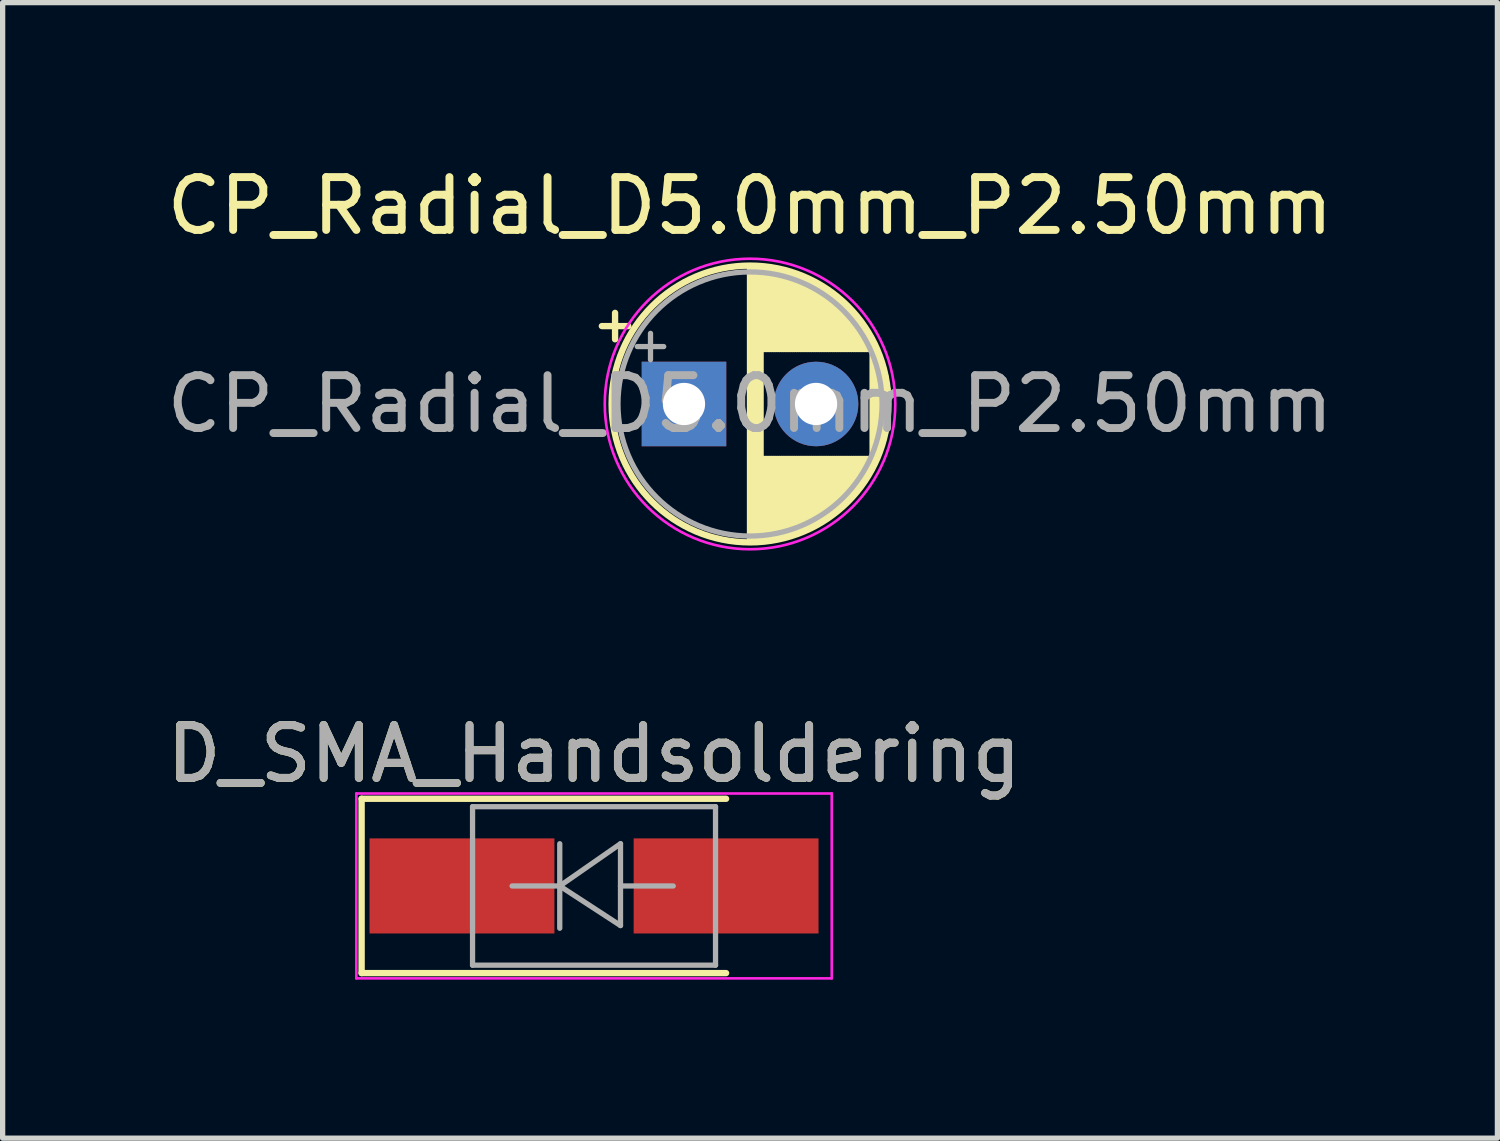
<source format=kicad_pcb>
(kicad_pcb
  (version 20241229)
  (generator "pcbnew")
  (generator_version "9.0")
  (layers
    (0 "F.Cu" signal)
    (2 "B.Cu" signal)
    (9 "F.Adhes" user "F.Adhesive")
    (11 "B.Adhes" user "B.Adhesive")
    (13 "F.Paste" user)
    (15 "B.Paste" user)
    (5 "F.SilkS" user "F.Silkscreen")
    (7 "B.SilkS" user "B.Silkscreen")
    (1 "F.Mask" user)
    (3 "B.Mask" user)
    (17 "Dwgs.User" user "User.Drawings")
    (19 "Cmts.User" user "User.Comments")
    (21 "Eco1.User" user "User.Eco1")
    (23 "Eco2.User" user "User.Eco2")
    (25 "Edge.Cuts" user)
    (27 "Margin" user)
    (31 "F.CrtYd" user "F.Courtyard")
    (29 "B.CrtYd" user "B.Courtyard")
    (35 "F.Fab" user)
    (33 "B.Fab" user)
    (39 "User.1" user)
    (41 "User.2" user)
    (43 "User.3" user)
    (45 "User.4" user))
  (footprint "CP_Radial_D5.0mm_P2.50mm"
    (layer "F.Cu")
    (at 9.899 4.598)
    (property "Reference" "CP_Radial_D5.0mm_P2.50mm" (at 1.25 -3.75 0) (layer "F.SilkS") (effects (font (size 1 1) (thickness 0.15))))
    (attr through_hole)
    (fp_line (start -1.555 -1.475) (end -1.055 -1.475) (stroke (width 0.12) (type solid)) (layer "F.SilkS"))
    (fp_line (start -1.305 -1.725) (end -1.305 -1.225) (stroke (width 0.12) (type solid)) (layer "F.SilkS"))
    (fp_line (start 1.25 -2.58) (end 1.25 2.58) (stroke (width 0.12) (type solid)) (layer "F.SilkS"))
    (fp_line (start 1.29 -2.58) (end 1.29 2.58) (stroke (width 0.12) (type solid)) (layer "F.SilkS"))
    (fp_line (start 1.33 -2.579) (end 1.33 2.579) (stroke (width 0.12) (type solid)) (layer "F.SilkS"))
    (fp_line (start 1.37 -2.578) (end 1.37 2.578) (stroke (width 0.12) (type solid)) (layer "F.SilkS"))
    (fp_line (start 1.41 -2.576) (end 1.41 2.576) (stroke (width 0.12) (type solid)) (layer "F.SilkS"))
    (fp_line (start 1.45 -2.573) (end 1.45 2.573) (stroke (width 0.12) (type solid)) (layer "F.SilkS"))
    (fp_line (start 1.49 -2.569) (end 1.49 -1.04) (stroke (width 0.12) (type solid)) (layer "F.SilkS"))
    (fp_line (start 1.49 1.04) (end 1.49 2.569) (stroke (width 0.12) (type solid)) (layer "F.SilkS"))
    (fp_line (start 1.53 -2.565) (end 1.53 -1.04) (stroke (width 0.12) (type solid)) (layer "F.SilkS"))
    (fp_line (start 1.53 1.04) (end 1.53 2.565) (stroke (width 0.12) (type solid)) (layer "F.SilkS"))
    (fp_line (start 1.57 -2.561) (end 1.57 -1.04) (stroke (width 0.12) (type solid)) (layer "F.SilkS"))
    (fp_line (start 1.57 1.04) (end 1.57 2.561) (stroke (width 0.12) (type solid)) (layer "F.SilkS"))
    (fp_line (start 1.61 -2.556) (end 1.61 -1.04) (stroke (width 0.12) (type solid)) (layer "F.SilkS"))
    (fp_line (start 1.61 1.04) (end 1.61 2.556) (stroke (width 0.12) (type solid)) (layer "F.SilkS"))
    (fp_line (start 1.65 -2.55) (end 1.65 -1.04) (stroke (width 0.12) (type solid)) (layer "F.SilkS"))
    (fp_line (start 1.65 1.04) (end 1.65 2.55) (stroke (width 0.12) (type solid)) (layer "F.SilkS"))
    (fp_line (start 1.69 -2.543) (end 1.69 -1.04) (stroke (width 0.12) (type solid)) (layer "F.SilkS"))
    (fp_line (start 1.69 1.04) (end 1.69 2.543) (stroke (width 0.12) (type solid)) (layer "F.SilkS"))
    (fp_line (start 1.73 -2.536) (end 1.73 -1.04) (stroke (width 0.12) (type solid)) (layer "F.SilkS"))
    (fp_line (start 1.73 1.04) (end 1.73 2.536) (stroke (width 0.12) (type solid)) (layer "F.SilkS"))
    (fp_line (start 1.77 -2.528) (end 1.77 -1.04) (stroke (width 0.12) (type solid)) (layer "F.SilkS"))
    (fp_line (start 1.77 1.04) (end 1.77 2.528) (stroke (width 0.12) (type solid)) (layer "F.SilkS"))
    (fp_line (start 1.81 -2.52) (end 1.81 -1.04) (stroke (width 0.12) (type solid)) (layer "F.SilkS"))
    (fp_line (start 1.81 1.04) (end 1.81 2.52) (stroke (width 0.12) (type solid)) (layer "F.SilkS"))
    (fp_line (start 1.85 -2.511) (end 1.85 -1.04) (stroke (width 0.12) (type solid)) (layer "F.SilkS"))
    (fp_line (start 1.85 1.04) (end 1.85 2.511) (stroke (width 0.12) (type solid)) (layer "F.SilkS"))
    (fp_line (start 1.89 -2.501) (end 1.89 -1.04) (stroke (width 0.12) (type solid)) (layer "F.SilkS"))
    (fp_line (start 1.89 1.04) (end 1.89 2.501) (stroke (width 0.12) (type solid)) (layer "F.SilkS"))
    (fp_line (start 1.93 -2.491) (end 1.93 -1.04) (stroke (width 0.12) (type solid)) (layer "F.SilkS"))
    (fp_line (start 1.93 1.04) (end 1.93 2.491) (stroke (width 0.12) (type solid)) (layer "F.SilkS"))
    (fp_line (start 1.971 -2.48) (end 1.971 -1.04) (stroke (width 0.12) (type solid)) (layer "F.SilkS"))
    (fp_line (start 1.971 1.04) (end 1.971 2.48) (stroke (width 0.12) (type solid)) (layer "F.SilkS"))
    (fp_line (start 2.011 -2.468) (end 2.011 -1.04) (stroke (width 0.12) (type solid)) (layer "F.SilkS"))
    (fp_line (start 2.011 1.04) (end 2.011 2.468) (stroke (width 0.12) (type solid)) (layer "F.SilkS"))
    (fp_line (start 2.051 -2.455) (end 2.051 -1.04) (stroke (width 0.12) (type solid)) (layer "F.SilkS"))
    (fp_line (start 2.051 1.04) (end 2.051 2.455) (stroke (width 0.12) (type solid)) (layer "F.SilkS"))
    (fp_line (start 2.091 -2.442) (end 2.091 -1.04) (stroke (width 0.12) (type solid)) (layer "F.SilkS"))
    (fp_line (start 2.091 1.04) (end 2.091 2.442) (stroke (width 0.12) (type solid)) (layer "F.SilkS"))
    (fp_line (start 2.131 -2.428) (end 2.131 -1.04) (stroke (width 0.12) (type solid)) (layer "F.SilkS"))
    (fp_line (start 2.131 1.04) (end 2.131 2.428) (stroke (width 0.12) (type solid)) (layer "F.SilkS"))
    (fp_line (start 2.171 -2.414) (end 2.171 -1.04) (stroke (width 0.12) (type solid)) (layer "F.SilkS"))
    (fp_line (start 2.171 1.04) (end 2.171 2.414) (stroke (width 0.12) (type solid)) (layer "F.SilkS"))
    (fp_line (start 2.211 -2.398) (end 2.211 -1.04) (stroke (width 0.12) (type solid)) (layer "F.SilkS"))
    (fp_line (start 2.211 1.04) (end 2.211 2.398) (stroke (width 0.12) (type solid)) (layer "F.SilkS"))
    (fp_line (start 2.251 -2.382) (end 2.251 -1.04) (stroke (width 0.12) (type solid)) (layer "F.SilkS"))
    (fp_line (start 2.251 1.04) (end 2.251 2.382) (stroke (width 0.12) (type solid)) (layer "F.SilkS"))
    (fp_line (start 2.291 -2.365) (end 2.291 -1.04) (stroke (width 0.12) (type solid)) (layer "F.SilkS"))
    (fp_line (start 2.291 1.04) (end 2.291 2.365) (stroke (width 0.12) (type solid)) (layer "F.SilkS"))
    (fp_line (start 2.331 -2.348) (end 2.331 -1.04) (stroke (width 0.12) (type solid)) (layer "F.SilkS"))
    (fp_line (start 2.331 1.04) (end 2.331 2.348) (stroke (width 0.12) (type solid)) (layer "F.SilkS"))
    (fp_line (start 2.371 -2.329) (end 2.371 -1.04) (stroke (width 0.12) (type solid)) (layer "F.SilkS"))
    (fp_line (start 2.371 1.04) (end 2.371 2.329) (stroke (width 0.12) (type solid)) (layer "F.SilkS"))
    (fp_line (start 2.411 -2.31) (end 2.411 -1.04) (stroke (width 0.12) (type solid)) (layer "F.SilkS"))
    (fp_line (start 2.411 1.04) (end 2.411 2.31) (stroke (width 0.12) (type solid)) (layer "F.SilkS"))
    (fp_line (start 2.451 -2.29) (end 2.451 -1.04) (stroke (width 0.12) (type solid)) (layer "F.SilkS"))
    (fp_line (start 2.451 1.04) (end 2.451 2.29) (stroke (width 0.12) (type solid)) (layer "F.SilkS"))
    (fp_line (start 2.491 -2.268) (end 2.491 -1.04) (stroke (width 0.12) (type solid)) (layer "F.SilkS"))
    (fp_line (start 2.491 1.04) (end 2.491 2.268) (stroke (width 0.12) (type solid)) (layer "F.SilkS"))
    (fp_line (start 2.531 -2.247) (end 2.531 -1.04) (stroke (width 0.12) (type solid)) (layer "F.SilkS"))
    (fp_line (start 2.531 1.04) (end 2.531 2.247) (stroke (width 0.12) (type solid)) (layer "F.SilkS"))
    (fp_line (start 2.571 -2.224) (end 2.571 -1.04) (stroke (width 0.12) (type solid)) (layer "F.SilkS"))
    (fp_line (start 2.571 1.04) (end 2.571 2.224) (stroke (width 0.12) (type solid)) (layer "F.SilkS"))
    (fp_line (start 2.611 -2.2) (end 2.611 -1.04) (stroke (width 0.12) (type solid)) (layer "F.SilkS"))
    (fp_line (start 2.611 1.04) (end 2.611 2.2) (stroke (width 0.12) (type solid)) (layer "F.SilkS"))
    (fp_line (start 2.651 -2.175) (end 2.651 -1.04) (stroke (width 0.12) (type solid)) (layer "F.SilkS"))
    (fp_line (start 2.651 1.04) (end 2.651 2.175) (stroke (width 0.12) (type solid)) (layer "F.SilkS"))
    (fp_line (start 2.691 -2.149) (end 2.691 -1.04) (stroke (width 0.12) (type solid)) (layer "F.SilkS"))
    (fp_line (start 2.691 1.04) (end 2.691 2.149) (stroke (width 0.12) (type solid)) (layer "F.SilkS"))
    (fp_line (start 2.731 -2.122) (end 2.731 -1.04) (stroke (width 0.12) (type solid)) (layer "F.SilkS"))
    (fp_line (start 2.731 1.04) (end 2.731 2.122) (stroke (width 0.12) (type solid)) (layer "F.SilkS"))
    (fp_line (start 2.771 -2.095) (end 2.771 -1.04) (stroke (width 0.12) (type solid)) (layer "F.SilkS"))
    (fp_line (start 2.771 1.04) (end 2.771 2.095) (stroke (width 0.12) (type solid)) (layer "F.SilkS"))
    (fp_line (start 2.811 -2.065) (end 2.811 -1.04) (stroke (width 0.12) (type solid)) (layer "F.SilkS"))
    (fp_line (start 2.811 1.04) (end 2.811 2.065) (stroke (width 0.12) (type solid)) (layer "F.SilkS"))
    (fp_line (start 2.851 -2.035) (end 2.851 -1.04) (stroke (width 0.12) (type solid)) (layer "F.SilkS"))
    (fp_line (start 2.851 1.04) (end 2.851 2.035) (stroke (width 0.12) (type solid)) (layer "F.SilkS"))
    (fp_line (start 2.891 -2.004) (end 2.891 -1.04) (stroke (width 0.12) (type solid)) (layer "F.SilkS"))
    (fp_line (start 2.891 1.04) (end 2.891 2.004) (stroke (width 0.12) (type solid)) (layer "F.SilkS"))
    (fp_line (start 2.931 -1.971) (end 2.931 -1.04) (stroke (width 0.12) (type solid)) (layer "F.SilkS"))
    (fp_line (start 2.931 1.04) (end 2.931 1.971) (stroke (width 0.12) (type solid)) (layer "F.SilkS"))
    (fp_line (start 2.971 -1.937) (end 2.971 -1.04) (stroke (width 0.12) (type solid)) (layer "F.SilkS"))
    (fp_line (start 2.971 1.04) (end 2.971 1.937) (stroke (width 0.12) (type solid)) (layer "F.SilkS"))
    (fp_line (start 3.011 -1.901) (end 3.011 -1.04) (stroke (width 0.12) (type solid)) (layer "F.SilkS"))
    (fp_line (start 3.011 1.04) (end 3.011 1.901) (stroke (width 0.12) (type solid)) (layer "F.SilkS"))
    (fp_line (start 3.051 -1.864) (end 3.051 -1.04) (stroke (width 0.12) (type solid)) (layer "F.SilkS"))
    (fp_line (start 3.051 1.04) (end 3.051 1.864) (stroke (width 0.12) (type solid)) (layer "F.SilkS"))
    (fp_line (start 3.091 -1.826) (end 3.091 -1.04) (stroke (width 0.12) (type solid)) (layer "F.SilkS"))
    (fp_line (start 3.091 1.04) (end 3.091 1.826) (stroke (width 0.12) (type solid)) (layer "F.SilkS"))
    (fp_line (start 3.131 -1.785) (end 3.131 -1.04) (stroke (width 0.12) (type solid)) (layer "F.SilkS"))
    (fp_line (start 3.131 1.04) (end 3.131 1.785) (stroke (width 0.12) (type solid)) (layer "F.SilkS"))
    (fp_line (start 3.171 -1.743) (end 3.171 -1.04) (stroke (width 0.12) (type solid)) (layer "F.SilkS"))
    (fp_line (start 3.171 1.04) (end 3.171 1.743) (stroke (width 0.12) (type solid)) (layer "F.SilkS"))
    (fp_line (start 3.211 -1.699) (end 3.211 -1.04) (stroke (width 0.12) (type solid)) (layer "F.SilkS"))
    (fp_line (start 3.211 1.04) (end 3.211 1.699) (stroke (width 0.12) (type solid)) (layer "F.SilkS"))
    (fp_line (start 3.251 -1.653) (end 3.251 -1.04) (stroke (width 0.12) (type solid)) (layer "F.SilkS"))
    (fp_line (start 3.251 1.04) (end 3.251 1.653) (stroke (width 0.12) (type solid)) (layer "F.SilkS"))
    (fp_line (start 3.291 -1.605) (end 3.291 -1.04) (stroke (width 0.12) (type solid)) (layer "F.SilkS"))
    (fp_line (start 3.291 1.04) (end 3.291 1.605) (stroke (width 0.12) (type solid)) (layer "F.SilkS"))
    (fp_line (start 3.331 -1.554) (end 3.331 -1.04) (stroke (width 0.12) (type solid)) (layer "F.SilkS"))
    (fp_line (start 3.331 1.04) (end 3.331 1.554) (stroke (width 0.12) (type solid)) (layer "F.SilkS"))
    (fp_line (start 3.371 -1.5) (end 3.371 -1.04) (stroke (width 0.12) (type solid)) (layer "F.SilkS"))
    (fp_line (start 3.371 1.04) (end 3.371 1.5) (stroke (width 0.12) (type solid)) (layer "F.SilkS"))
    (fp_line (start 3.411 -1.443) (end 3.411 -1.04) (stroke (width 0.12) (type solid)) (layer "F.SilkS"))
    (fp_line (start 3.411 1.04) (end 3.411 1.443) (stroke (width 0.12) (type solid)) (layer "F.SilkS"))
    (fp_line (start 3.451 -1.383) (end 3.451 -1.04) (stroke (width 0.12) (type solid)) (layer "F.SilkS"))
    (fp_line (start 3.451 1.04) (end 3.451 1.383) (stroke (width 0.12) (type solid)) (layer "F.SilkS"))
    (fp_line (start 3.491 -1.319) (end 3.491 -1.04) (stroke (width 0.12) (type solid)) (layer "F.SilkS"))
    (fp_line (start 3.491 1.04) (end 3.491 1.319) (stroke (width 0.12) (type solid)) (layer "F.SilkS"))
    (fp_line (start 3.531 -1.251) (end 3.531 -1.04) (stroke (width 0.12) (type solid)) (layer "F.SilkS"))
    (fp_line (start 3.531 1.04) (end 3.531 1.251) (stroke (width 0.12) (type solid)) (layer "F.SilkS"))
    (fp_line (start 3.571 -1.178) (end 3.571 1.178) (stroke (width 0.12) (type solid)) (layer "F.SilkS"))
    (fp_line (start 3.611 -1.098) (end 3.611 1.098) (stroke (width 0.12) (type solid)) (layer "F.SilkS"))
    (fp_line (start 3.651 -1.011) (end 3.651 1.011) (stroke (width 0.12) (type solid)) (layer "F.SilkS"))
    (fp_line (start 3.691 -0.915) (end 3.691 0.915) (stroke (width 0.12) (type solid)) (layer "F.SilkS"))
    (fp_line (start 3.731 -0.805) (end 3.731 0.805) (stroke (width 0.12) (type solid)) (layer "F.SilkS"))
    (fp_line (start 3.771 -0.677) (end 3.771 0.677) (stroke (width 0.12) (type solid)) (layer "F.SilkS"))
    (fp_line (start 3.811 -0.518) (end 3.811 0.518) (stroke (width 0.12) (type solid)) (layer "F.SilkS"))
    (fp_line (start 3.851 -0.284) (end 3.851 0.284) (stroke (width 0.12) (type solid)) (layer "F.SilkS"))
    (fp_circle (center 1.25 0) (end 3.87 0) (stroke (width 0.12) (type solid)) (fill no) (layer "F.SilkS"))
    (fp_circle (center 1.25 0) (end 4 0) (stroke (width 0.05) (type solid)) (fill no) (layer "F.CrtYd"))
    (fp_line (start -0.884 -1.087) (end -0.384 -1.087) (stroke (width 0.1) (type solid)) (layer "F.Fab"))
    (fp_line (start -0.634 -1.337) (end -0.634 -0.838) (stroke (width 0.1) (type solid)) (layer "F.Fab"))
    (fp_circle (center 1.25 0) (end 3.75 0) (stroke (width 0.1) (type solid)) (fill no) (layer "F.Fab"))
    (fp_text user "${REFERENCE}" (at 1.25 0 0) (layer "F.Fab") (effects (font (size 1 1) (thickness 0.15))))
    (pad "1" thru_hole rect (at 0 0) (size 1.6 1.6) (drill 0.8) (layers "*.Cu" "*.Mask"))
    (pad "2" thru_hole circle (at 2.5 0) (size 1.6 1.6) (drill 0.8) (layers "*.Cu" "*.Mask")))
  (footprint "D_SMA_Handsoldering"
    (layer "F.Cu")
    (at 8.196 13.722)
    (property "Reference" "D_SMA_Handsoldering" (at 0 -2.5 0) (layer "F.SilkS") (effects (font (size 1 1) (thickness 0.15))))
    (attr smd)
    (fp_line (start -4.4 -1.65) (end -4.4 1.65) (stroke (width 0.12) (type solid)) (layer "F.SilkS"))
    (fp_line (start -4.4 -1.65) (end 2.5 -1.65) (stroke (width 0.12) (type solid)) (layer "F.SilkS"))
    (fp_line (start -4.4 1.65) (end 2.5 1.65) (stroke (width 0.12) (type solid)) (layer "F.SilkS"))
    (fp_line (start -4.5 -1.75) (end 4.5 -1.75) (stroke (width 0.05) (type solid)) (layer "F.CrtYd"))
    (fp_line (start -4.5 1.75) (end -4.5 -1.75) (stroke (width 0.05) (type solid)) (layer "F.CrtYd"))
    (fp_line (start 4.5 -1.75) (end 4.5 1.75) (stroke (width 0.05) (type solid)) (layer "F.CrtYd"))
    (fp_line (start 4.5 1.75) (end -4.5 1.75) (stroke (width 0.05) (type solid)) (layer "F.CrtYd"))
    (fp_line (start -2.3 1.5) (end -2.3 -1.5) (stroke (width 0.1) (type solid)) (layer "F.Fab"))
    (fp_line (start -0.649 -0.799) (end -0.649 0.801) (stroke (width 0.1) (type solid)) (layer "F.Fab"))
    (fp_line (start -0.649 0.001) (end -1.551 0.001) (stroke (width 0.1) (type solid)) (layer "F.Fab"))
    (fp_line (start -0.649 0.001) (end 0.501 -0.799) (stroke (width 0.1) (type solid)) (layer "F.Fab"))
    (fp_line (start -0.649 0.001) (end 0.501 0.75) (stroke (width 0.1) (type solid)) (layer "F.Fab"))
    (fp_line (start 0.501 0.001) (end 1.499 0.001) (stroke (width 0.1) (type solid)) (layer "F.Fab"))
    (fp_line (start 0.501 0.75) (end 0.501 -0.799) (stroke (width 0.1) (type solid)) (layer "F.Fab"))
    (fp_line (start 2.3 -1.5) (end -2.3 -1.5) (stroke (width 0.1) (type solid)) (layer "F.Fab"))
    (fp_line (start 2.3 -1.5) (end 2.3 1.5) (stroke (width 0.1) (type solid)) (layer "F.Fab"))
    (fp_line (start 2.3 1.5) (end -2.3 1.5) (stroke (width 0.1) (type solid)) (layer "F.Fab"))
    (fp_text user "${REFERENCE}" (at 0 -2.5 0) (layer "F.Fab") (effects (font (size 1 1) (thickness 0.15))))
    (pad "1" smd rect (at -2.5 0) (size 3.5 1.8) (layers "F.Cu" "F.Mask" "F.Paste"))
    (pad "2" smd rect (at 2.5 0) (size 3.5 1.8) (layers "F.Cu" "F.Mask" "F.Paste")))
  (gr_rect
    (start -3 -3)
    (end 25.298 18.497)
    (stroke (width 0.1) (type default))
    (fill no)
    (layer "Edge.Cuts")))
</source>
